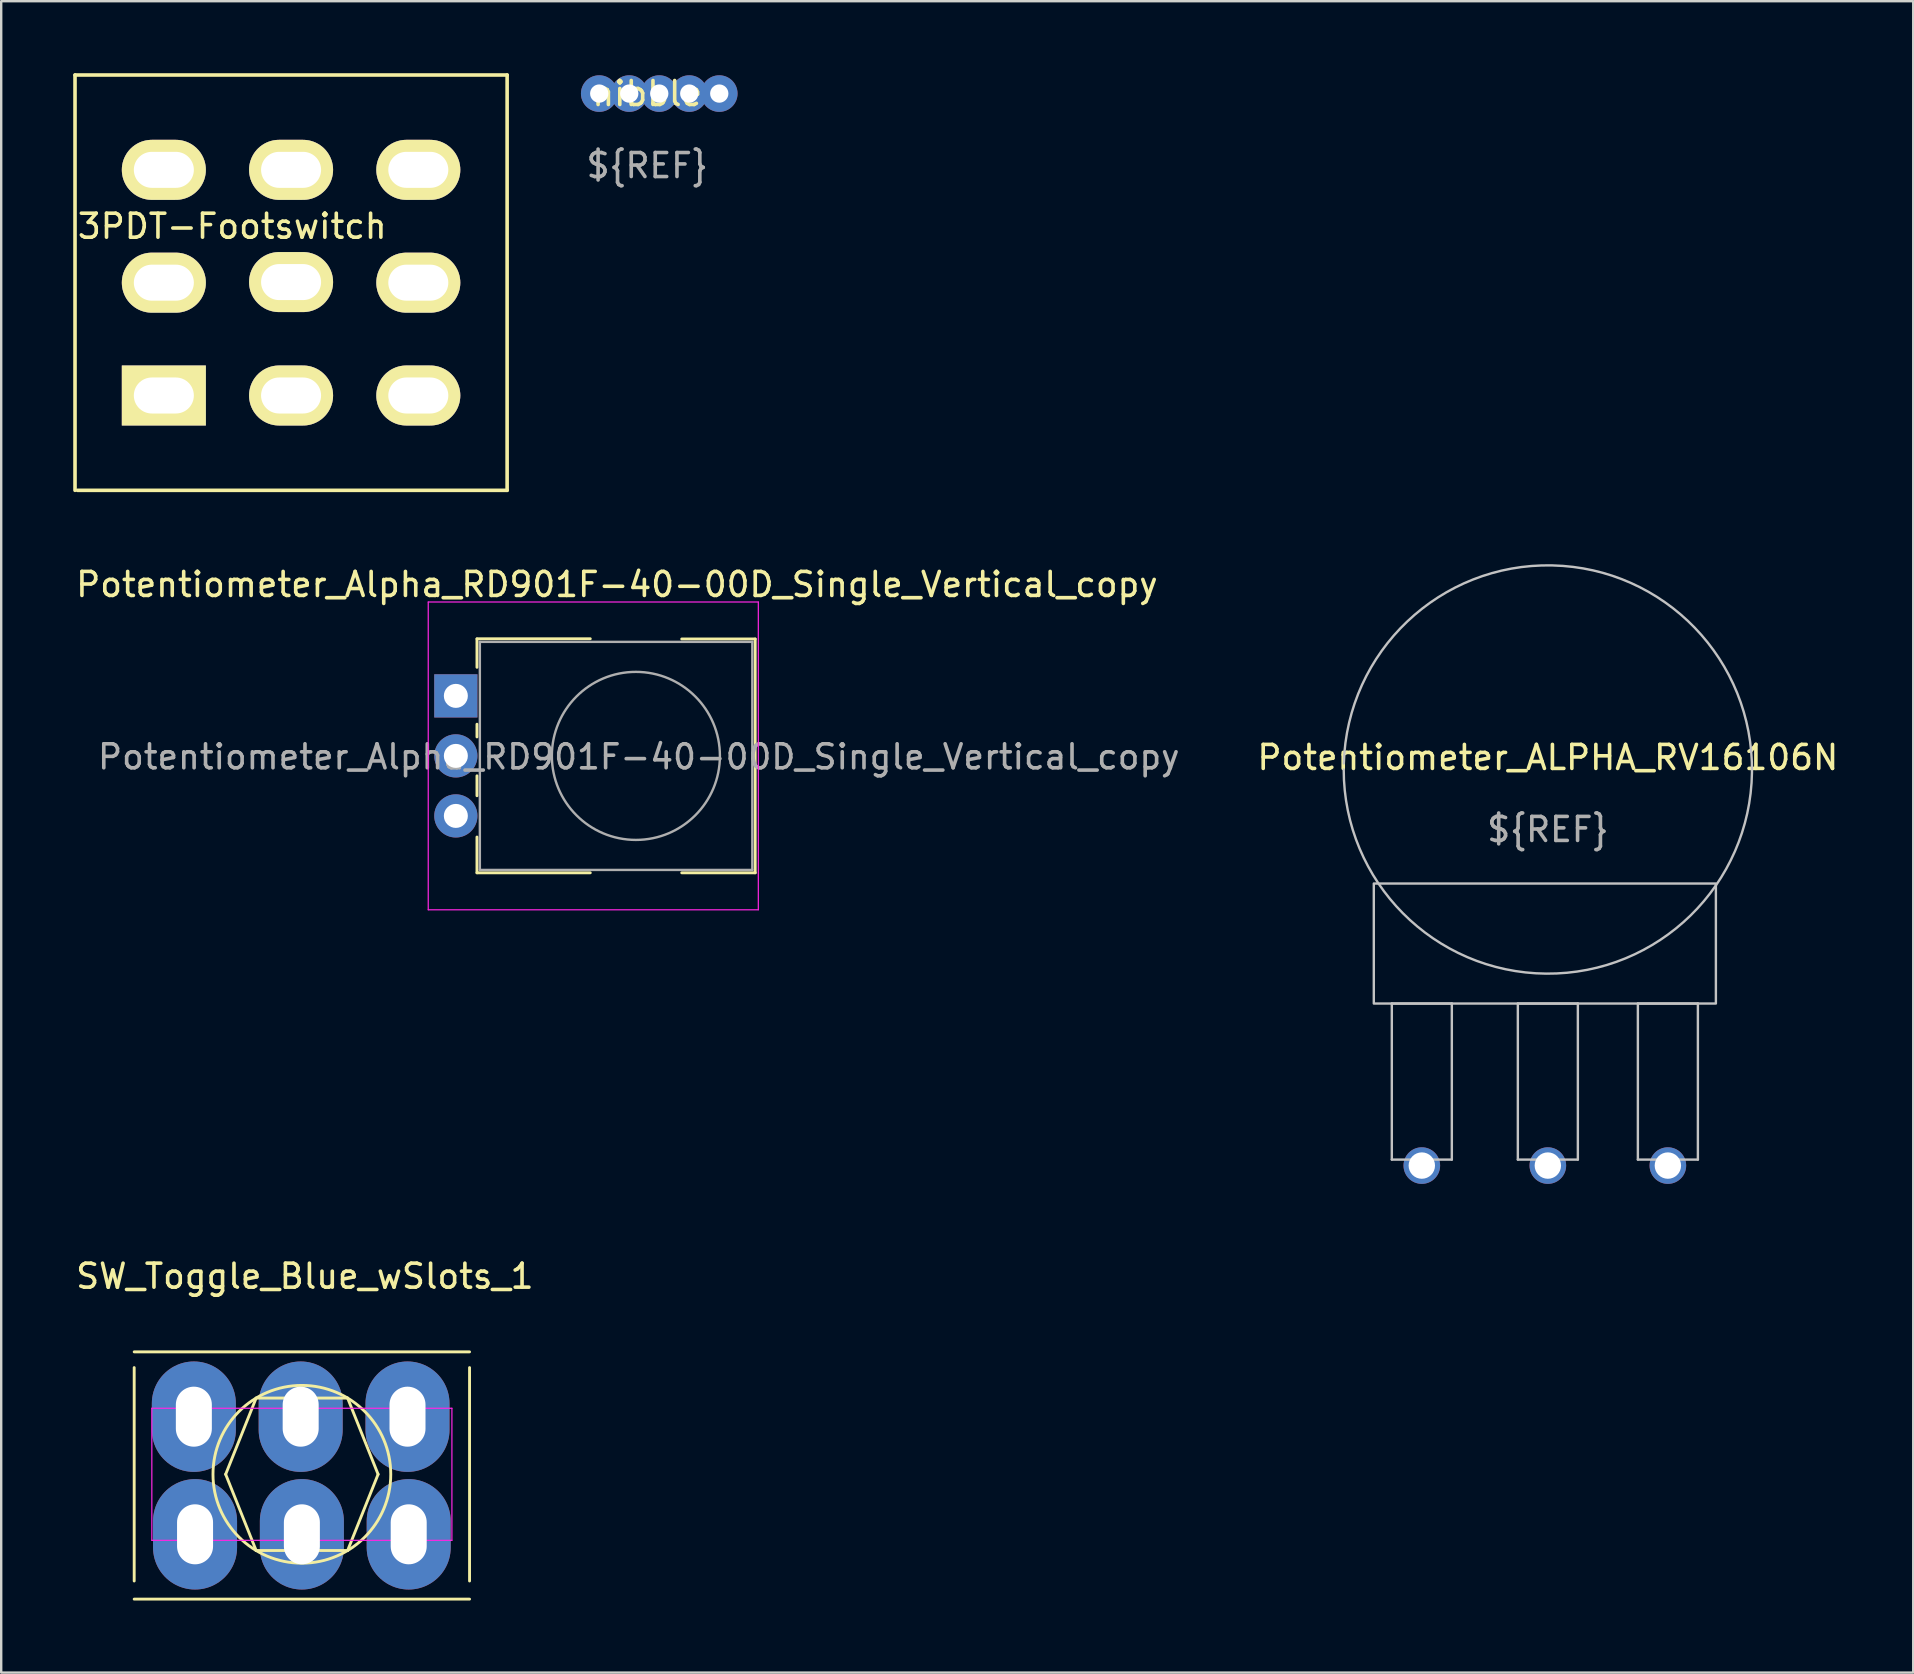
<source format=kicad_pcb>
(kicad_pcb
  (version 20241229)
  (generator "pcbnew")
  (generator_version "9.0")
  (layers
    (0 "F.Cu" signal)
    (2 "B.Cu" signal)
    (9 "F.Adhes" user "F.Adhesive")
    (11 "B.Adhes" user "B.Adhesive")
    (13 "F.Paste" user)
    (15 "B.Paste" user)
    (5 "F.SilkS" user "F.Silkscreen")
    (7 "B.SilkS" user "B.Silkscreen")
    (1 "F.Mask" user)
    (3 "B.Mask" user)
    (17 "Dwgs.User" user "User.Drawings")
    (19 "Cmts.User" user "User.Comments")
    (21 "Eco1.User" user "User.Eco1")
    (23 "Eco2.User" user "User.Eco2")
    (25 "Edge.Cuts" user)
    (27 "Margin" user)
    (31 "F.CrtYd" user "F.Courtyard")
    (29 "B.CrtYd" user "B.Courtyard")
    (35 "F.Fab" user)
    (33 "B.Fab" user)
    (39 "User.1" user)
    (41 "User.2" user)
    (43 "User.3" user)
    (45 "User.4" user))
  (footprint "nibble"
    (layer "F.Cu")
    (at 23.912 1.348)
    (property "Reference" "nibble" (at 0 -0.5 0) (unlocked yes) (layer "F.SilkS") (effects (font (size 1 1) (thickness 0.15))))
    (attr through_hole board_only exclude_from_pos_files)
    (fp_text user "${REF}" (at 0 2.5 0) (unlocked yes) (layer "F.Fab") (effects (font (size 1 1) (thickness 0.15))))
    (pad "" np_thru_hole circle (at -2 -0.5) (size 1.524 1.524) (drill 0.762) (layers "*.Cu" "*.Mask"))
    (pad "" np_thru_hole circle (at -0.75 -0.5) (size 1.524 1.524) (drill 0.762) (layers "*.Cu" "*.Mask"))
    (pad "" np_thru_hole circle (at 0.5 -0.5) (size 1.524 1.524) (drill 0.762) (layers "*.Cu" "*.Mask"))
    (pad "" np_thru_hole circle (at 1.75 -0.5) (size 1.524 1.524) (drill 0.762) (layers "*.Cu" "*.Mask"))
    (pad "" np_thru_hole circle (at 3 -0.5) (size 1.524 1.524) (drill 0.762) (layers "*.Cu" "*.Mask")))
  (footprint "3PDT-Footswitch"
    (layer "F.Cu")
    (at 9.075 8.725)
    (property "Reference" "3PDT-Footswitch" (at -2.45 -2.35 0) (layer "F.SilkS") (effects (font (size 1 1) (thickness 0.15))))
    (attr through_hole)
    (fp_line (start -9 -8.65) (end -9 8.65) (stroke (width 0.15) (type solid)) (layer "F.SilkS"))
    (fp_line (start -9 -8.65) (end 9 -8.65) (stroke (width 0.15) (type solid)) (layer "F.SilkS"))
    (fp_line (start 9 -8.65) (end 9 8.65) (stroke (width 0.15) (type solid)) (layer "F.SilkS"))
    (fp_line (start 9 8.65) (end -8.9 8.65) (stroke (width 0.15) (type solid)) (layer "F.SilkS"))
    (pad "1" thru_hole rect (at -5.3 4.7) (size 3.5 2.5) (drill oval 2.5 1.5) (layers "*.Cu" "*.Mask" "F.SilkS"))
    (pad "2" thru_hole oval (at 0 4.7) (size 3.5 2.5) (drill oval 2.5 1.5) (layers "*.Cu" "*.Mask" "F.SilkS"))
    (pad "3" thru_hole oval (at 5.3 4.7) (size 3.5 2.5) (drill oval 2.5 1.5) (layers "*.Cu" "*.Mask" "F.SilkS"))
    (pad "4" thru_hole oval (at -5.3 0) (size 3.5 2.5) (drill oval 2.5 1.5) (layers "*.Cu" "*.Mask" "F.SilkS"))
    (pad "5" thru_hole oval (at 0 -0.025) (size 3.5 2.5) (drill oval 2.5 1.5) (layers "*.Cu" "*.Mask" "F.SilkS"))
    (pad "6" thru_hole oval (at 5.3 0) (size 3.5 2.5) (drill oval 2.5 1.5) (layers "*.Cu" "*.Mask" "F.SilkS"))
    (pad "7" thru_hole oval (at -5.3 -4.7) (size 3.5 2.5) (drill oval 2.5 1.5) (layers "*.Cu" "*.Mask" "F.SilkS"))
    (pad "8" thru_hole oval (at 0 -4.7) (size 3.5 2.5) (drill oval 2.5 1.5) (layers "*.Cu" "*.Mask" "F.SilkS"))
    (pad "9" thru_hole oval (at 5.3 -4.7) (size 3.5 2.5) (drill oval 2.5 1.5) (layers "*.Cu" "*.Mask" "F.SilkS")))
  (footprint "SW_Toggle_Blue_wSlots_1"
    (layer "F.Cu")
    (at 9.525 58.364)
    (property "Reference" "SW_Toggle_Blue_wSlots_1" (at 0.124 -8.25 0) (layer "F.SilkS") (effects (font (size 1 1) (thickness 0.15))))
    (attr through_hole)
    (fp_line (start -6.985 -5.1) (end 6.985 -5.1) (stroke (width 0.12) (type solid)) (layer "F.SilkS"))
    (fp_line (start -6.985 4.445) (end -6.985 -4.445) (stroke (width 0.12) (type solid)) (layer "F.SilkS"))
    (fp_line (start -3.175 0) (end -1.905 -3.175) (stroke (width 0.12) (type solid)) (layer "F.SilkS"))
    (fp_line (start -1.905 -3.175) (end 1.905 -3.175) (stroke (width 0.12) (type solid)) (layer "F.SilkS"))
    (fp_line (start -1.905 3.175) (end -3.175 0) (stroke (width 0.12) (type solid)) (layer "F.SilkS"))
    (fp_line (start 1.905 -3.175) (end 3.175 0) (stroke (width 0.12) (type solid)) (layer "F.SilkS"))
    (fp_line (start 1.905 3.175) (end -1.905 3.175) (stroke (width 0.12) (type solid)) (layer "F.SilkS"))
    (fp_line (start 3.175 0) (end 1.905 3.175) (stroke (width 0.12) (type solid)) (layer "F.SilkS"))
    (fp_line (start 6.985 -4.445) (end 6.985 4.445) (stroke (width 0.12) (type solid)) (layer "F.SilkS"))
    (fp_line (start 6.985 5.2) (end -6.985 5.2) (stroke (width 0.12) (type solid)) (layer "F.SilkS"))
    (fp_circle (center 0 0) (end 1.905 3.175) (stroke (width 0.12) (type solid)) (fill no) (layer "F.SilkS"))
    (fp_line (start -4.902 -1.422) (end -4.013 -1.422) (stroke (width 0.12) (type solid)) (layer "Eco2.User"))
    (fp_line (start -4.902 1.372) (end -4.902 -1.422) (stroke (width 0.12) (type solid)) (layer "Eco2.User"))
    (fp_line (start -4.013 -1.422) (end -4.013 1.372) (stroke (width 0.12) (type solid)) (layer "Eco2.User"))
    (fp_line (start -4.013 1.372) (end -4.902 1.372) (stroke (width 0.12) (type solid)) (layer "Eco2.User"))
    (fp_line (start -0.457 -1.422) (end 0.432 -1.422) (stroke (width 0.12) (type solid)) (layer "Eco2.User"))
    (fp_line (start -0.457 1.372) (end -0.457 -1.422) (stroke (width 0.12) (type solid)) (layer "Eco2.User"))
    (fp_line (start 0.432 -1.422) (end 0.432 1.372) (stroke (width 0.12) (type solid)) (layer "Eco2.User"))
    (fp_line (start 0.432 1.372) (end -0.457 1.372) (stroke (width 0.12) (type solid)) (layer "Eco2.User"))
    (fp_line (start 4.013 -1.422) (end 4.877 -1.422) (stroke (width 0.12) (type solid)) (layer "Eco2.User"))
    (fp_line (start 4.013 1.372) (end 4.013 -1.422) (stroke (width 0.12) (type solid)) (layer "Eco2.User"))
    (fp_line (start 4.877 -1.422) (end 4.902 1.372) (stroke (width 0.12) (type solid)) (layer "Eco2.User"))
    (fp_line (start 4.902 1.372) (end 4.013 1.372) (stroke (width 0.12) (type solid)) (layer "Eco2.User"))
    (fp_line (start -6.25 -2.75) (end 6.25 -2.75) (stroke (width 0.05) (type solid)) (layer "F.CrtYd"))
    (fp_line (start -6.25 2.75) (end -6.25 -2.75) (stroke (width 0.05) (type solid)) (layer "F.CrtYd"))
    (fp_line (start 6.25 -2.75) (end 6.25 2.75) (stroke (width 0.05) (type solid)) (layer "F.CrtYd"))
    (fp_line (start 6.25 2.75) (end -6.25 2.75) (stroke (width 0.05) (type solid)) (layer "F.CrtYd"))
    (pad "1" thru_hole oval (at -4.5 -2.4) (size 3.5 4.6) (drill oval 1.5 2.5) (layers "*.Cu" "*.Mask"))
    (pad "2" thru_hole oval (at -0.05 -2.4) (size 3.5 4.6) (drill oval 1.5 2.5) (layers "*.Cu" "*.Mask"))
    (pad "3" thru_hole oval (at 4.4 -2.4) (size 3.5 4.6) (drill oval 1.5 2.5) (layers "*.Cu" "*.Mask"))
    (pad "4" thru_hole oval (at -4.45 2.5) (size 3.5 4.6) (drill oval 1.5 2.5) (layers "*.Cu" "*.Mask"))
    (pad "5" thru_hole oval (at 0 2.5) (size 3.5 4.6) (drill oval 1.5 2.5) (layers "*.Cu" "*.Mask"))
    (pad "6" thru_hole oval (at 4.45 2.5) (size 3.5 4.6) (drill oval 1.5 2.5) (layers "*.Cu" "*.Mask")))
  (footprint "Potentiometer_Alpha_RD901F-40-00D_Single_Vertical_copy"
    (layer "F.Cu")
    (at 15.939 25.938)
    (property "Reference" "Potentiometer_Alpha_RD901F-40-00D_Single_Vertical_copy" (at 6.71 -4.64 180) (layer "F.SilkS") (effects (font (size 1 1) (thickness 0.15))))
    (attr through_hole)
    (fp_line (start 0.88 -2.38) (end 5.6 -2.38) (stroke (width 0.12) (type solid)) (layer "F.SilkS"))
    (fp_line (start 0.88 -1.19) (end 0.88 -2.37) (stroke (width 0.12) (type solid)) (layer "F.SilkS"))
    (fp_line (start 0.88 1.71) (end 0.88 1.18) (stroke (width 0.12) (type solid)) (layer "F.SilkS"))
    (fp_line (start 0.88 4.16) (end 0.88 3.33) (stroke (width 0.12) (type solid)) (layer "F.SilkS"))
    (fp_line (start 0.88 7.37) (end 0.88 5.88) (stroke (width 0.12) (type solid)) (layer "F.SilkS"))
    (fp_line (start 0.88 7.37) (end 5.6 7.37) (stroke (width 0.12) (type solid)) (layer "F.SilkS"))
    (fp_line (start 9.41 -2.37) (end 12.47 -2.37) (stroke (width 0.12) (type solid)) (layer "F.SilkS"))
    (fp_line (start 9.41 7.37) (end 12.47 7.37) (stroke (width 0.12) (type solid)) (layer "F.SilkS"))
    (fp_line (start 12.47 7.37) (end 12.47 -2.37) (stroke (width 0.12) (type solid)) (layer "F.SilkS"))
    (fp_line (start -1.15 -3.91) (end -1.15 8.91) (stroke (width 0.05) (type solid)) (layer "F.CrtYd"))
    (fp_line (start -1.15 8.91) (end 12.6 8.91) (stroke (width 0.05) (type solid)) (layer "F.CrtYd"))
    (fp_line (start 12.6 -3.91) (end -1.15 -3.91) (stroke (width 0.05) (type solid)) (layer "F.CrtYd"))
    (fp_line (start 12.6 8.91) (end 12.6 -3.91) (stroke (width 0.05) (type solid)) (layer "F.CrtYd"))
    (fp_line (start 1 -2.25) (end 12.35 -2.25) (stroke (width 0.1) (type solid)) (layer "F.Fab"))
    (fp_line (start 1 7.25) (end 1 -2.25) (stroke (width 0.1) (type solid)) (layer "F.Fab"))
    (fp_line (start 1 7.25) (end 12.35 7.25) (stroke (width 0.1) (type solid)) (layer "F.Fab"))
    (fp_line (start 12.35 7.25) (end 12.35 -2.25) (stroke (width 0.1) (type solid)) (layer "F.Fab"))
    (fp_circle (center 7.5 2.5) (end 7.5 -1) (stroke (width 0.1) (type solid)) (fill no) (layer "F.Fab"))
    (fp_text user "${REFERENCE}" (at 7.62 2.54 0) (layer "F.Fab") (effects (font (size 1 1) (thickness 0.15))))
    (pad "1" thru_hole rect (at 0 0 90) (size 1.8 1.8) (drill 1) (layers "*.Cu" "*.Mask"))
    (pad "2" thru_hole circle (at 0 2.5 90) (size 1.8 1.8) (drill 1) (layers "*.Cu" "*.Mask"))
    (pad "3" thru_hole circle (at 0 5 90) (size 1.8 1.8) (drill 1) (layers "*.Cu" "*.Mask")))
  (footprint "Potentiometer_ALPHA_RV16106N"
    (layer "F.Cu")
    (at 61.428 29.004)
    (property "Reference" "Potentiometer_ALPHA_RV16106N" (at 0 -0.5 0) (unlocked yes) (layer "F.SilkS") (effects (font (size 1 1) (thickness 0.15))))
    (attr through_hole)
    (fp_line (start -6.5 9.75) (end -6.5 16.25) (stroke (width 0.1) (type default)) (layer "Dwgs.User"))
    (fp_line (start -6.5 16.25) (end -4 16.25) (stroke (width 0.1) (type default)) (layer "Dwgs.User"))
    (fp_line (start -4 9.75) (end -6.5 9.75) (stroke (width 0.1) (type default)) (layer "Dwgs.User"))
    (fp_line (start -4 16.25) (end -4 9.75) (stroke (width 0.1) (type default)) (layer "Dwgs.User"))
    (fp_line (start -1.25 9.75) (end -1.25 16.25) (stroke (width 0.1) (type default)) (layer "Dwgs.User"))
    (fp_line (start -1.25 16.25) (end 1.25 16.25) (stroke (width 0.1) (type default)) (layer "Dwgs.User"))
    (fp_line (start 1.25 9.75) (end -1.25 9.75) (stroke (width 0.1) (type default)) (layer "Dwgs.User"))
    (fp_line (start 1.25 16.25) (end 1.25 9.75) (stroke (width 0.1) (type default)) (layer "Dwgs.User"))
    (fp_line (start 3.75 9.75) (end 3.75 16.25) (stroke (width 0.1) (type default)) (layer "Dwgs.User"))
    (fp_line (start 3.75 16.25) (end 6.25 16.25) (stroke (width 0.1) (type default)) (layer "Dwgs.User"))
    (fp_line (start 6.25 9.75) (end 3.75 9.75) (stroke (width 0.1) (type default)) (layer "Dwgs.User"))
    (fp_line (start 6.25 16.25) (end 6.25 9.75) (stroke (width 0.1) (type default)) (layer "Dwgs.User"))
    (fp_rect (start -7.25 9.75) (end 7 4.75) (stroke (width 0.1) (type default)) (fill no) (layer "Dwgs.User"))
    (fp_arc (start -8.499999 -0.25) (mid 8.502756 0.125014) (end -8.503675 0) (stroke (width 0.1) (type default)) (layer "Dwgs.User"))
    (fp_text user "${REF}" (at 0 2.5 0) (unlocked yes) (layer "F.Fab") (effects (font (size 1 1) (thickness 0.15))))
    (pad "1" thru_hole circle (at -5.25 16.5) (size 1.524 1.524) (drill 1.1) (layers "*.Cu" "*.Mask"))
    (pad "2" thru_hole circle (at 0 16.5) (size 1.524 1.524) (drill 1.1) (layers "*.Cu" "*.Mask"))
    (pad "3" thru_hole circle (at 5 16.5) (size 1.524 1.524) (drill 1.1) (layers "*.Cu" "*.Mask")))
  (gr_rect
    (start -3 -3)
    (end 76.648 66.624)
    (stroke (width 0.1) (type default))
    (fill no)
    (layer "Edge.Cuts")))
</source>
